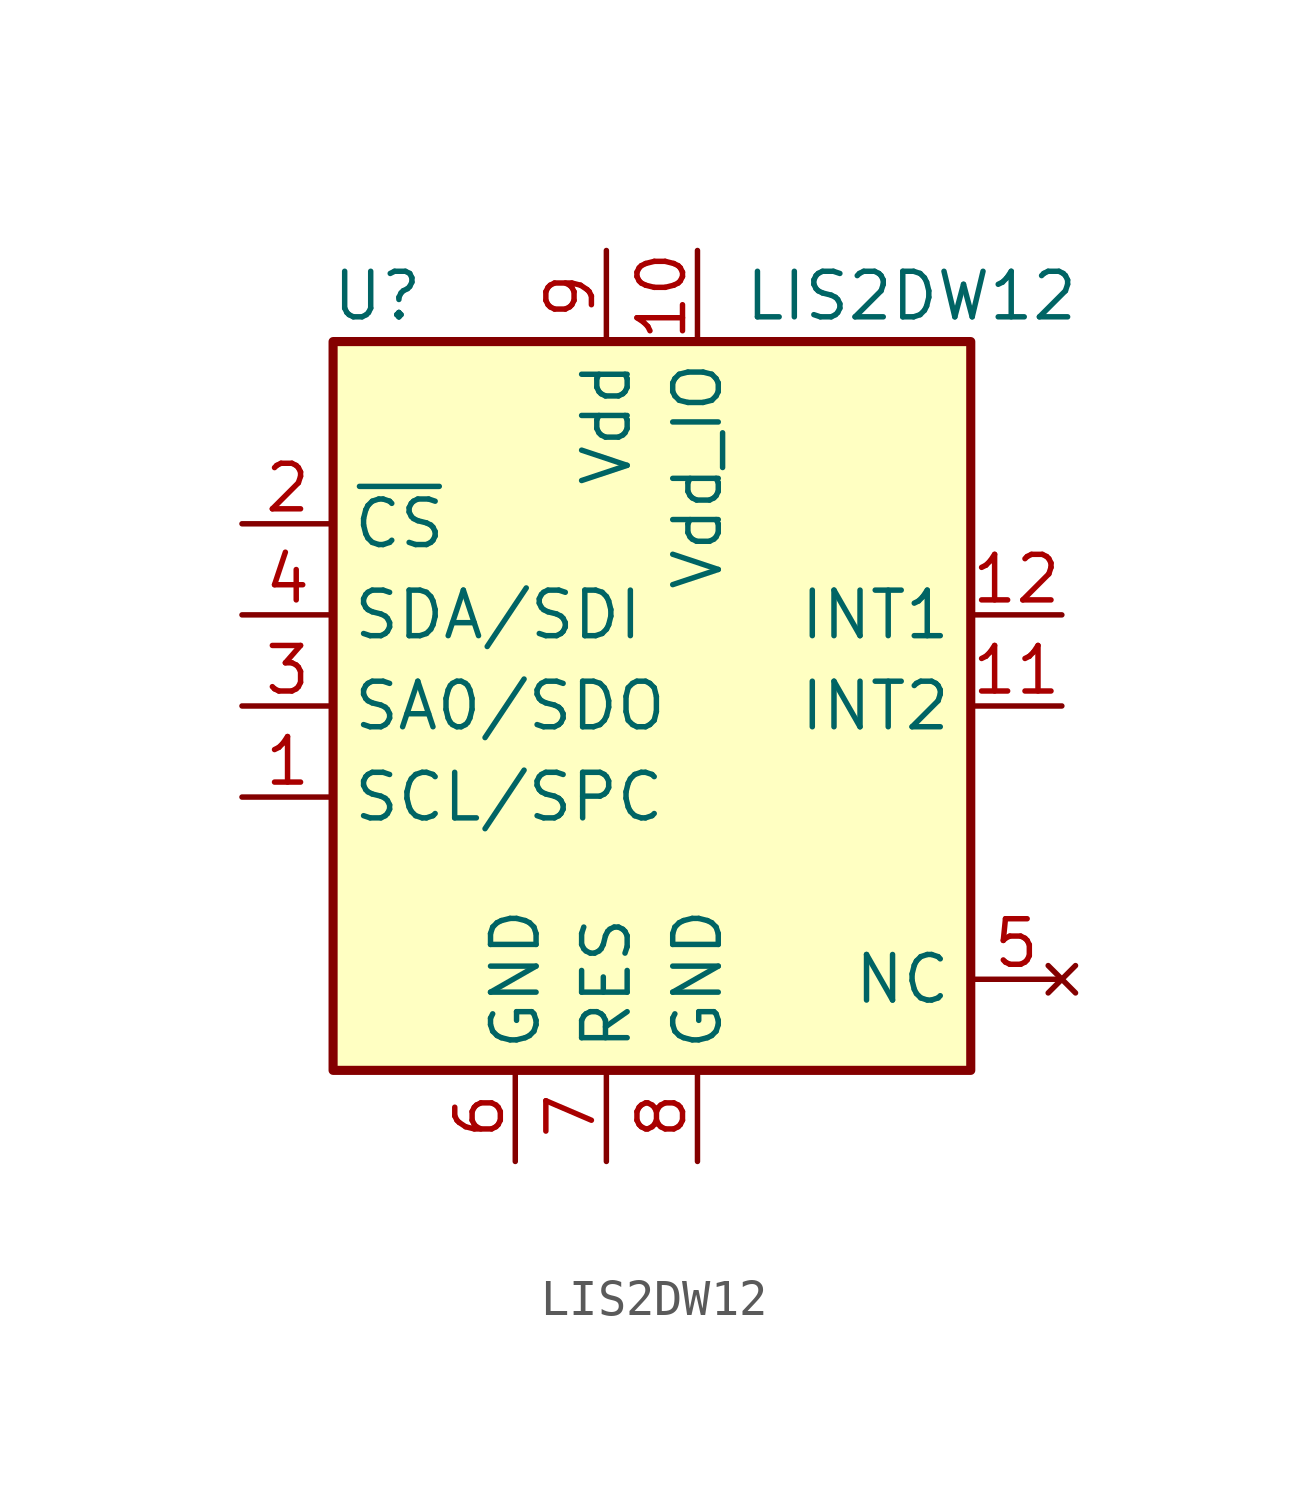
<source format=kicad_sym>
(kicad_symbol_lib
  (version 20211014)
  (generator kicad_symbol_editor)
  (symbol "LIS2DW12"
    (property "Reference" "U"
      (at -5.08 11.43 0)
      (effects (font (size 1.27 1.27)) (justify right)))
    (property "Value" "LIS2DW12"
      (at 3.81 11.43 0)
      (effects (font (size 1.27 1.27)) (justify left)))
    (symbol "LIS2DW12_0_1"
      (rectangle (start -7.62 10.16) (end 10.16 -10.16) (stroke (width 0.254) (type default) (color 0 0 0 0)) (fill (type background))))
    (symbol "LIS2DW12_1_1"
      (pin input line (at -10.16 -2.54 0) (length 2.54) (name "SCL/SPC" (effects (font (size 1.27 1.27)))) (number "1" (effects (font (size 1.27 1.27)))))
      (pin power_in line (at 2.54 12.7 270) (length 2.54) (name "Vdd_IO" (effects (font (size 1.27 1.27)))) (number "10" (effects (font (size 1.27 1.27)))))
      (pin output line (at 12.7 0 180) (length 2.54) (name "INT2" (effects (font (size 1.27 1.27)))) (number "11" (effects (font (size 1.27 1.27)))))
      (pin output line (at 12.7 2.54 180) (length 2.54) (name "INT1" (effects (font (size 1.27 1.27)))) (number "12" (effects (font (size 1.27 1.27)))))
      (pin input line (at -10.16 5.08 0) (length 2.54) (name "~{CS}" (effects (font (size 1.27 1.27)))) (number "2" (effects (font (size 1.27 1.27)))))
      (pin bidirectional line (at -10.16 0 0) (length 2.54) (name "SA0/SDO" (effects (font (size 1.27 1.27)))) (number "3" (effects (font (size 1.27 1.27)))))
      (pin bidirectional line (at -10.16 2.54 0) (length 2.54) (name "SDA/SDI" (effects (font (size 1.27 1.27)))) (number "4" (effects (font (size 1.27 1.27)))))
      (pin no_connect line (at 12.7 -7.62 180) (length 2.54) (name "NC" (effects (font (size 1.27 1.27)))) (number "5" (effects (font (size 1.27 1.27)))))
      (pin power_in line (at -2.54 -12.7 90) (length 2.54) (name "GND" (effects (font (size 1.27 1.27)))) (number "6" (effects (font (size 1.27 1.27)))))
      (pin power_in line (at 0 -12.7 90) (length 2.54) (name "RES" (effects (font (size 1.27 1.27)))) (number "7" (effects (font (size 1.27 1.27)))))
      (pin power_in line (at 2.54 -12.7 90) (length 2.54) (name "GND" (effects (font (size 1.27 1.27)))) (number "8" (effects (font (size 1.27 1.27)))))
      (pin power_in line (at 0 12.7 270) (length 2.54) (name "Vdd" (effects (font (size 1.27 1.27)))) (number "9" (effects (font (size 1.27 1.27))))))))
</source>
